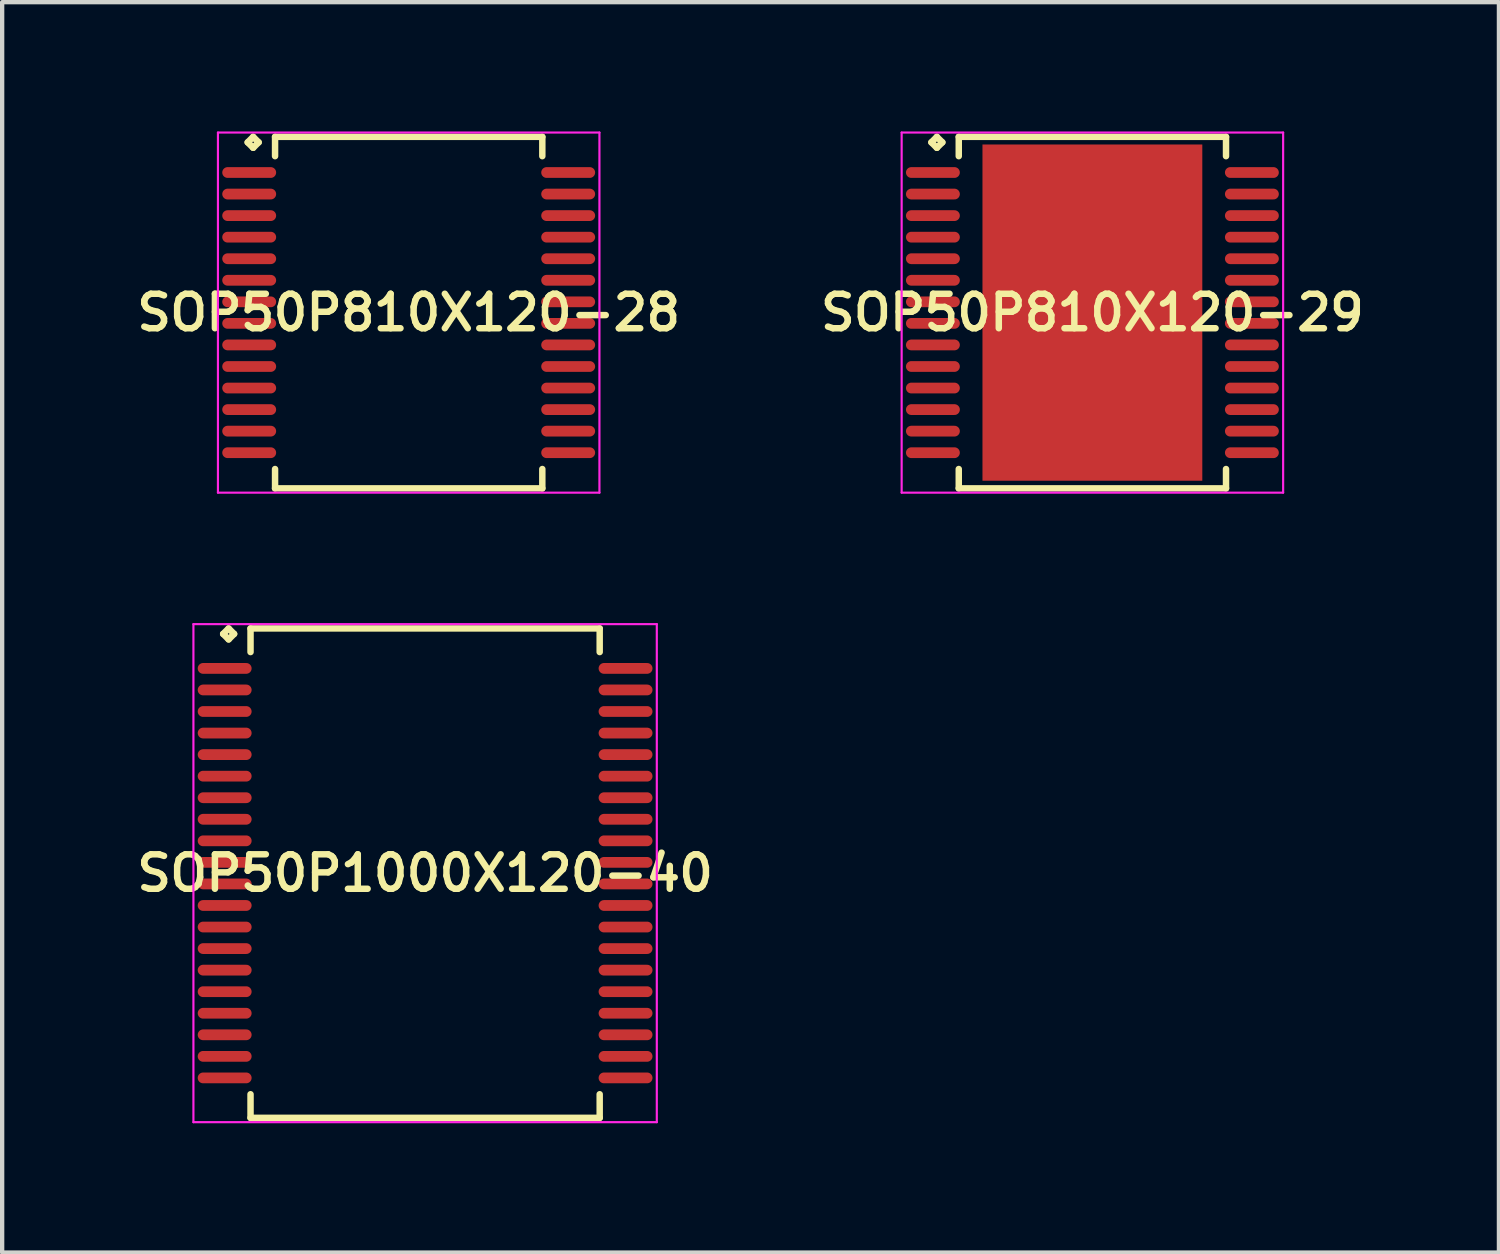
<source format=kicad_pcb>
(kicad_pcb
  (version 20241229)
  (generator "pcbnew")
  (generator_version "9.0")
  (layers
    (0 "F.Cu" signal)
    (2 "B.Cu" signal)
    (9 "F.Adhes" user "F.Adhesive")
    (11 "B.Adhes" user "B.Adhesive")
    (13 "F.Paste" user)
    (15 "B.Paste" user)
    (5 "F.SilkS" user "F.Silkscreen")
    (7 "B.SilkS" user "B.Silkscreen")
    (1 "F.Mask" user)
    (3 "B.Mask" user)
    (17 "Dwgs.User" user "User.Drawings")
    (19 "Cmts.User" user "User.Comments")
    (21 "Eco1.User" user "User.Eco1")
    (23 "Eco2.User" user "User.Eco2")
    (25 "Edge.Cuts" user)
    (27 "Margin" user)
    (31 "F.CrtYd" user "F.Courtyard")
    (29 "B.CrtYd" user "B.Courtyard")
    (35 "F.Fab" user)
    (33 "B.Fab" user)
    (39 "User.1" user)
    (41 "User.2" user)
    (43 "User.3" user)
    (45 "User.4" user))
  (footprint "SOP50P810X120-28"
    (layer "F.Cu")
    (at 6.431 4.202)
    (property "Reference" "SOP50P810X120-28" (at 0 0 0) (layer "F.SilkS") (effects (font (size 0.8 0.8) (thickness 0.15))))
    (attr smd)
    (fp_line (start -3.735 -3.95) (end -3.608 -4.077) (stroke (width 0.15) (type solid)) (layer "F.SilkS"))
    (fp_line (start -3.608 -4.077) (end -3.481 -3.95) (stroke (width 0.15) (type solid)) (layer "F.SilkS"))
    (fp_line (start -3.608 -3.823) (end -3.735 -3.95) (stroke (width 0.15) (type solid)) (layer "F.SilkS"))
    (fp_line (start -3.481 -3.95) (end -3.608 -3.823) (stroke (width 0.15) (type solid)) (layer "F.SilkS"))
    (fp_line (start -3.1 -4.077) (end 3.1 -4.077) (stroke (width 0.15) (type solid)) (layer "F.SilkS"))
    (fp_line (start -3.1 -3.629) (end -3.1 -4.077) (stroke (width 0.15) (type solid)) (layer "F.SilkS"))
    (fp_line (start -3.1 3.629) (end -3.1 4.077) (stroke (width 0.15) (type solid)) (layer "F.SilkS"))
    (fp_line (start -3.1 4.077) (end 3.1 4.077) (stroke (width 0.15) (type solid)) (layer "F.SilkS"))
    (fp_line (start 3.1 -4.077) (end 3.1 -3.629) (stroke (width 0.15) (type solid)) (layer "F.SilkS"))
    (fp_line (start 3.1 4.077) (end 3.1 3.629) (stroke (width 0.15) (type solid)) (layer "F.SilkS"))
    (fp_line (start -4.425 -4.177) (end 4.425 -4.177) (stroke (width 0.05) (type solid)) (layer "F.CrtYd"))
    (fp_line (start -4.425 4.177) (end -4.425 -4.177) (stroke (width 0.05) (type solid)) (layer "F.CrtYd"))
    (fp_line (start 4.425 -4.177) (end 4.425 4.177) (stroke (width 0.05) (type solid)) (layer "F.CrtYd"))
    (fp_line (start 4.425 4.177) (end -4.425 4.177) (stroke (width 0.05) (type solid)) (layer "F.CrtYd"))
    (pad "1" smd oval (at -3.7 -3.25) (size 1.25 0.25) (layers "F.Cu" "F.Mask" "F.Paste"))
    (pad "2" smd oval (at -3.7 -2.75) (size 1.25 0.25) (layers "F.Cu" "F.Mask" "F.Paste"))
    (pad "3" smd oval (at -3.7 -2.25) (size 1.25 0.25) (layers "F.Cu" "F.Mask" "F.Paste"))
    (pad "4" smd oval (at -3.7 -1.75) (size 1.25 0.25) (layers "F.Cu" "F.Mask" "F.Paste"))
    (pad "5" smd oval (at -3.7 -1.25) (size 1.25 0.25) (layers "F.Cu" "F.Mask" "F.Paste"))
    (pad "6" smd oval (at -3.7 -0.75) (size 1.25 0.25) (layers "F.Cu" "F.Mask" "F.Paste"))
    (pad "7" smd oval (at -3.7 -0.25) (size 1.25 0.25) (layers "F.Cu" "F.Mask" "F.Paste"))
    (pad "8" smd oval (at -3.7 0.25) (size 1.25 0.25) (layers "F.Cu" "F.Mask" "F.Paste"))
    (pad "9" smd oval (at -3.7 0.75) (size 1.25 0.25) (layers "F.Cu" "F.Mask" "F.Paste"))
    (pad "10" smd oval (at -3.7 1.25) (size 1.25 0.25) (layers "F.Cu" "F.Mask" "F.Paste"))
    (pad "11" smd oval (at -3.7 1.75) (size 1.25 0.25) (layers "F.Cu" "F.Mask" "F.Paste"))
    (pad "12" smd oval (at -3.7 2.25) (size 1.25 0.25) (layers "F.Cu" "F.Mask" "F.Paste"))
    (pad "13" smd oval (at -3.7 2.75) (size 1.25 0.25) (layers "F.Cu" "F.Mask" "F.Paste"))
    (pad "14" smd oval (at -3.7 3.25) (size 1.25 0.25) (layers "F.Cu" "F.Mask" "F.Paste"))
    (pad "15" smd oval (at 3.7 3.25) (size 1.25 0.25) (layers "F.Cu" "F.Mask" "F.Paste"))
    (pad "16" smd oval (at 3.7 2.75) (size 1.25 0.25) (layers "F.Cu" "F.Mask" "F.Paste"))
    (pad "17" smd oval (at 3.7 2.25) (size 1.25 0.25) (layers "F.Cu" "F.Mask" "F.Paste"))
    (pad "18" smd oval (at 3.7 1.75) (size 1.25 0.25) (layers "F.Cu" "F.Mask" "F.Paste"))
    (pad "19" smd oval (at 3.7 1.25) (size 1.25 0.25) (layers "F.Cu" "F.Mask" "F.Paste"))
    (pad "20" smd oval (at 3.7 0.75) (size 1.25 0.25) (layers "F.Cu" "F.Mask" "F.Paste"))
    (pad "21" smd oval (at 3.7 0.25) (size 1.25 0.25) (layers "F.Cu" "F.Mask" "F.Paste"))
    (pad "22" smd oval (at 3.7 -0.25) (size 1.25 0.25) (layers "F.Cu" "F.Mask" "F.Paste"))
    (pad "23" smd oval (at 3.7 -0.75) (size 1.25 0.25) (layers "F.Cu" "F.Mask" "F.Paste"))
    (pad "24" smd oval (at 3.7 -1.25) (size 1.25 0.25) (layers "F.Cu" "F.Mask" "F.Paste"))
    (pad "25" smd oval (at 3.7 -1.75) (size 1.25 0.25) (layers "F.Cu" "F.Mask" "F.Paste"))
    (pad "26" smd oval (at 3.7 -2.25) (size 1.25 0.25) (layers "F.Cu" "F.Mask" "F.Paste"))
    (pad "27" smd oval (at 3.7 -2.75) (size 1.25 0.25) (layers "F.Cu" "F.Mask" "F.Paste"))
    (pad "28" smd oval (at 3.7 -3.25) (size 1.25 0.25) (layers "F.Cu" "F.Mask" "F.Paste")))
  (footprint "SOP50P1000X120-40"
    (layer "F.Cu")
    (at 6.812 17.206)
    (property "Reference" "SOP50P1000X120-40" (at 0 0 0) (layer "F.SilkS") (effects (font (size 0.8 0.8) (thickness 0.15))))
    (attr smd)
    (fp_line (start -4.685 -5.55) (end -4.558 -5.677) (stroke (width 0.15) (type solid)) (layer "F.SilkS"))
    (fp_line (start -4.558 -5.677) (end -4.431 -5.55) (stroke (width 0.15) (type solid)) (layer "F.SilkS"))
    (fp_line (start -4.558 -5.423) (end -4.685 -5.55) (stroke (width 0.15) (type solid)) (layer "F.SilkS"))
    (fp_line (start -4.431 -5.55) (end -4.558 -5.423) (stroke (width 0.15) (type solid)) (layer "F.SilkS"))
    (fp_line (start -4.05 -5.677) (end 4.05 -5.677) (stroke (width 0.15) (type solid)) (layer "F.SilkS"))
    (fp_line (start -4.05 -5.129) (end -4.05 -5.677) (stroke (width 0.15) (type solid)) (layer "F.SilkS"))
    (fp_line (start -4.05 5.129) (end -4.05 5.677) (stroke (width 0.15) (type solid)) (layer "F.SilkS"))
    (fp_line (start -4.05 5.677) (end 4.05 5.677) (stroke (width 0.15) (type solid)) (layer "F.SilkS"))
    (fp_line (start 4.05 -5.677) (end 4.05 -5.129) (stroke (width 0.15) (type solid)) (layer "F.SilkS"))
    (fp_line (start 4.05 5.677) (end 4.05 5.129) (stroke (width 0.15) (type solid)) (layer "F.SilkS"))
    (fp_line (start -5.375 -5.777) (end 5.375 -5.777) (stroke (width 0.05) (type solid)) (layer "F.CrtYd"))
    (fp_line (start -5.375 5.777) (end -5.375 -5.777) (stroke (width 0.05) (type solid)) (layer "F.CrtYd"))
    (fp_line (start 5.375 -5.777) (end 5.375 5.777) (stroke (width 0.05) (type solid)) (layer "F.CrtYd"))
    (fp_line (start 5.375 5.777) (end -5.375 5.777) (stroke (width 0.05) (type solid)) (layer "F.CrtYd"))
    (pad "1" smd oval (at -4.65 -4.75) (size 1.25 0.25) (layers "F.Cu" "F.Mask" "F.Paste"))
    (pad "2" smd oval (at -4.65 -4.25) (size 1.25 0.25) (layers "F.Cu" "F.Mask" "F.Paste"))
    (pad "3" smd oval (at -4.65 -3.75) (size 1.25 0.25) (layers "F.Cu" "F.Mask" "F.Paste"))
    (pad "4" smd oval (at -4.65 -3.25) (size 1.25 0.25) (layers "F.Cu" "F.Mask" "F.Paste"))
    (pad "5" smd oval (at -4.65 -2.75) (size 1.25 0.25) (layers "F.Cu" "F.Mask" "F.Paste"))
    (pad "6" smd oval (at -4.65 -2.25) (size 1.25 0.25) (layers "F.Cu" "F.Mask" "F.Paste"))
    (pad "7" smd oval (at -4.65 -1.75) (size 1.25 0.25) (layers "F.Cu" "F.Mask" "F.Paste"))
    (pad "8" smd oval (at -4.65 -1.25) (size 1.25 0.25) (layers "F.Cu" "F.Mask" "F.Paste"))
    (pad "9" smd oval (at -4.65 -0.75) (size 1.25 0.25) (layers "F.Cu" "F.Mask" "F.Paste"))
    (pad "10" smd oval (at -4.65 -0.25) (size 1.25 0.25) (layers "F.Cu" "F.Mask" "F.Paste"))
    (pad "11" smd oval (at -4.65 0.25) (size 1.25 0.25) (layers "F.Cu" "F.Mask" "F.Paste"))
    (pad "12" smd oval (at -4.65 0.75) (size 1.25 0.25) (layers "F.Cu" "F.Mask" "F.Paste"))
    (pad "13" smd oval (at -4.65 1.25) (size 1.25 0.25) (layers "F.Cu" "F.Mask" "F.Paste"))
    (pad "14" smd oval (at -4.65 1.75) (size 1.25 0.25) (layers "F.Cu" "F.Mask" "F.Paste"))
    (pad "15" smd oval (at -4.65 2.25) (size 1.25 0.25) (layers "F.Cu" "F.Mask" "F.Paste"))
    (pad "16" smd oval (at -4.65 2.75) (size 1.25 0.25) (layers "F.Cu" "F.Mask" "F.Paste"))
    (pad "17" smd oval (at -4.65 3.25) (size 1.25 0.25) (layers "F.Cu" "F.Mask" "F.Paste"))
    (pad "18" smd oval (at -4.65 3.75) (size 1.25 0.25) (layers "F.Cu" "F.Mask" "F.Paste"))
    (pad "19" smd oval (at -4.65 4.25) (size 1.25 0.25) (layers "F.Cu" "F.Mask" "F.Paste"))
    (pad "20" smd oval (at -4.65 4.75) (size 1.25 0.25) (layers "F.Cu" "F.Mask" "F.Paste"))
    (pad "21" smd oval (at 4.65 4.75) (size 1.25 0.25) (layers "F.Cu" "F.Mask" "F.Paste"))
    (pad "22" smd oval (at 4.65 4.25) (size 1.25 0.25) (layers "F.Cu" "F.Mask" "F.Paste"))
    (pad "23" smd oval (at 4.65 3.75) (size 1.25 0.25) (layers "F.Cu" "F.Mask" "F.Paste"))
    (pad "24" smd oval (at 4.65 3.25) (size 1.25 0.25) (layers "F.Cu" "F.Mask" "F.Paste"))
    (pad "25" smd oval (at 4.65 2.75) (size 1.25 0.25) (layers "F.Cu" "F.Mask" "F.Paste"))
    (pad "26" smd oval (at 4.65 2.25) (size 1.25 0.25) (layers "F.Cu" "F.Mask" "F.Paste"))
    (pad "27" smd oval (at 4.65 1.75) (size 1.25 0.25) (layers "F.Cu" "F.Mask" "F.Paste"))
    (pad "28" smd oval (at 4.65 1.25) (size 1.25 0.25) (layers "F.Cu" "F.Mask" "F.Paste"))
    (pad "29" smd oval (at 4.65 0.75) (size 1.25 0.25) (layers "F.Cu" "F.Mask" "F.Paste"))
    (pad "30" smd oval (at 4.65 0.25) (size 1.25 0.25) (layers "F.Cu" "F.Mask" "F.Paste"))
    (pad "31" smd oval (at 4.65 -0.25) (size 1.25 0.25) (layers "F.Cu" "F.Mask" "F.Paste"))
    (pad "32" smd oval (at 4.65 -0.75) (size 1.25 0.25) (layers "F.Cu" "F.Mask" "F.Paste"))
    (pad "33" smd oval (at 4.65 -1.25) (size 1.25 0.25) (layers "F.Cu" "F.Mask" "F.Paste"))
    (pad "34" smd oval (at 4.65 -1.75) (size 1.25 0.25) (layers "F.Cu" "F.Mask" "F.Paste"))
    (pad "35" smd oval (at 4.65 -2.25) (size 1.25 0.25) (layers "F.Cu" "F.Mask" "F.Paste"))
    (pad "36" smd oval (at 4.65 -2.75) (size 1.25 0.25) (layers "F.Cu" "F.Mask" "F.Paste"))
    (pad "37" smd oval (at 4.65 -3.25) (size 1.25 0.25) (layers "F.Cu" "F.Mask" "F.Paste"))
    (pad "38" smd oval (at 4.65 -3.75) (size 1.25 0.25) (layers "F.Cu" "F.Mask" "F.Paste"))
    (pad "39" smd oval (at 4.65 -4.25) (size 1.25 0.25) (layers "F.Cu" "F.Mask" "F.Paste"))
    (pad "40" smd oval (at 4.65 -4.75) (size 1.25 0.25) (layers "F.Cu" "F.Mask" "F.Paste")))
  (footprint "SOP50P810X120-29"
    (layer "F.Cu")
    (at 22.292 4.202)
    (property "Reference" "SOP50P810X120-29" (at 0 0 0) (layer "F.SilkS") (effects (font (size 0.8 0.8) (thickness 0.15))))
    (attr smd)
    (fp_line (start -3.735 -3.95) (end -3.608 -4.077) (stroke (width 0.15) (type solid)) (layer "F.SilkS"))
    (fp_line (start -3.608 -4.077) (end -3.481 -3.95) (stroke (width 0.15) (type solid)) (layer "F.SilkS"))
    (fp_line (start -3.608 -3.823) (end -3.735 -3.95) (stroke (width 0.15) (type solid)) (layer "F.SilkS"))
    (fp_line (start -3.481 -3.95) (end -3.608 -3.823) (stroke (width 0.15) (type solid)) (layer "F.SilkS"))
    (fp_line (start -3.1 -4.077) (end 3.1 -4.077) (stroke (width 0.15) (type solid)) (layer "F.SilkS"))
    (fp_line (start -3.1 -3.629) (end -3.1 -4.077) (stroke (width 0.15) (type solid)) (layer "F.SilkS"))
    (fp_line (start -3.1 3.629) (end -3.1 4.077) (stroke (width 0.15) (type solid)) (layer "F.SilkS"))
    (fp_line (start -3.1 4.077) (end 3.1 4.077) (stroke (width 0.15) (type solid)) (layer "F.SilkS"))
    (fp_line (start 3.1 -4.077) (end 3.1 -3.629) (stroke (width 0.15) (type solid)) (layer "F.SilkS"))
    (fp_line (start 3.1 4.077) (end 3.1 3.629) (stroke (width 0.15) (type solid)) (layer "F.SilkS"))
    (fp_line (start -4.425 -4.177) (end 4.425 -4.177) (stroke (width 0.05) (type solid)) (layer "F.CrtYd"))
    (fp_line (start -4.425 4.177) (end -4.425 -4.177) (stroke (width 0.05) (type solid)) (layer "F.CrtYd"))
    (fp_line (start 4.425 -4.177) (end 4.425 4.177) (stroke (width 0.05) (type solid)) (layer "F.CrtYd"))
    (fp_line (start 4.425 4.177) (end -4.425 4.177) (stroke (width 0.05) (type solid)) (layer "F.CrtYd"))
    (pad "1" smd oval (at -3.7 -3.25) (size 1.25 0.25) (layers "F.Cu" "F.Mask" "F.Paste"))
    (pad "2" smd oval (at -3.7 -2.75) (size 1.25 0.25) (layers "F.Cu" "F.Mask" "F.Paste"))
    (pad "3" smd oval (at -3.7 -2.25) (size 1.25 0.25) (layers "F.Cu" "F.Mask" "F.Paste"))
    (pad "4" smd oval (at -3.7 -1.75) (size 1.25 0.25) (layers "F.Cu" "F.Mask" "F.Paste"))
    (pad "5" smd oval (at -3.7 -1.25) (size 1.25 0.25) (layers "F.Cu" "F.Mask" "F.Paste"))
    (pad "6" smd oval (at -3.7 -0.75) (size 1.25 0.25) (layers "F.Cu" "F.Mask" "F.Paste"))
    (pad "7" smd oval (at -3.7 -0.25) (size 1.25 0.25) (layers "F.Cu" "F.Mask" "F.Paste"))
    (pad "8" smd oval (at -3.7 0.25) (size 1.25 0.25) (layers "F.Cu" "F.Mask" "F.Paste"))
    (pad "9" smd oval (at -3.7 0.75) (size 1.25 0.25) (layers "F.Cu" "F.Mask" "F.Paste"))
    (pad "10" smd oval (at -3.7 1.25) (size 1.25 0.25) (layers "F.Cu" "F.Mask" "F.Paste"))
    (pad "11" smd oval (at -3.7 1.75) (size 1.25 0.25) (layers "F.Cu" "F.Mask" "F.Paste"))
    (pad "12" smd oval (at -3.7 2.25) (size 1.25 0.25) (layers "F.Cu" "F.Mask" "F.Paste"))
    (pad "13" smd oval (at -3.7 2.75) (size 1.25 0.25) (layers "F.Cu" "F.Mask" "F.Paste"))
    (pad "14" smd oval (at -3.7 3.25) (size 1.25 0.25) (layers "F.Cu" "F.Mask" "F.Paste"))
    (pad "15" smd oval (at 3.7 3.25) (size 1.25 0.25) (layers "F.Cu" "F.Mask" "F.Paste"))
    (pad "16" smd oval (at 3.7 2.75) (size 1.25 0.25) (layers "F.Cu" "F.Mask" "F.Paste"))
    (pad "17" smd oval (at 3.7 2.25) (size 1.25 0.25) (layers "F.Cu" "F.Mask" "F.Paste"))
    (pad "18" smd oval (at 3.7 1.75) (size 1.25 0.25) (layers "F.Cu" "F.Mask" "F.Paste"))
    (pad "19" smd oval (at 3.7 1.25) (size 1.25 0.25) (layers "F.Cu" "F.Mask" "F.Paste"))
    (pad "20" smd oval (at 3.7 0.75) (size 1.25 0.25) (layers "F.Cu" "F.Mask" "F.Paste"))
    (pad "21" smd oval (at 3.7 0.25) (size 1.25 0.25) (layers "F.Cu" "F.Mask" "F.Paste"))
    (pad "22" smd oval (at 3.7 -0.25) (size 1.25 0.25) (layers "F.Cu" "F.Mask" "F.Paste"))
    (pad "23" smd oval (at 3.7 -0.75) (size 1.25 0.25) (layers "F.Cu" "F.Mask" "F.Paste"))
    (pad "24" smd oval (at 3.7 -1.25) (size 1.25 0.25) (layers "F.Cu" "F.Mask" "F.Paste"))
    (pad "25" smd oval (at 3.7 -1.75) (size 1.25 0.25) (layers "F.Cu" "F.Mask" "F.Paste"))
    (pad "26" smd oval (at 3.7 -2.25) (size 1.25 0.25) (layers "F.Cu" "F.Mask" "F.Paste"))
    (pad "27" smd oval (at 3.7 -2.75) (size 1.25 0.25) (layers "F.Cu" "F.Mask" "F.Paste"))
    (pad "28" smd oval (at 3.7 -3.25) (size 1.25 0.25) (layers "F.Cu" "F.Mask" "F.Paste"))
    (pad "29" smd rect (at 0 0) (size 5.1 7.8) (layers "F.Cu" "F.Mask" "F.Paste")))
  (gr_rect
    (start -3 -3)
    (end 31.723 26.008)
    (stroke (width 0.1) (type default))
    (fill no)
    (layer "Edge.Cuts")))
</source>
